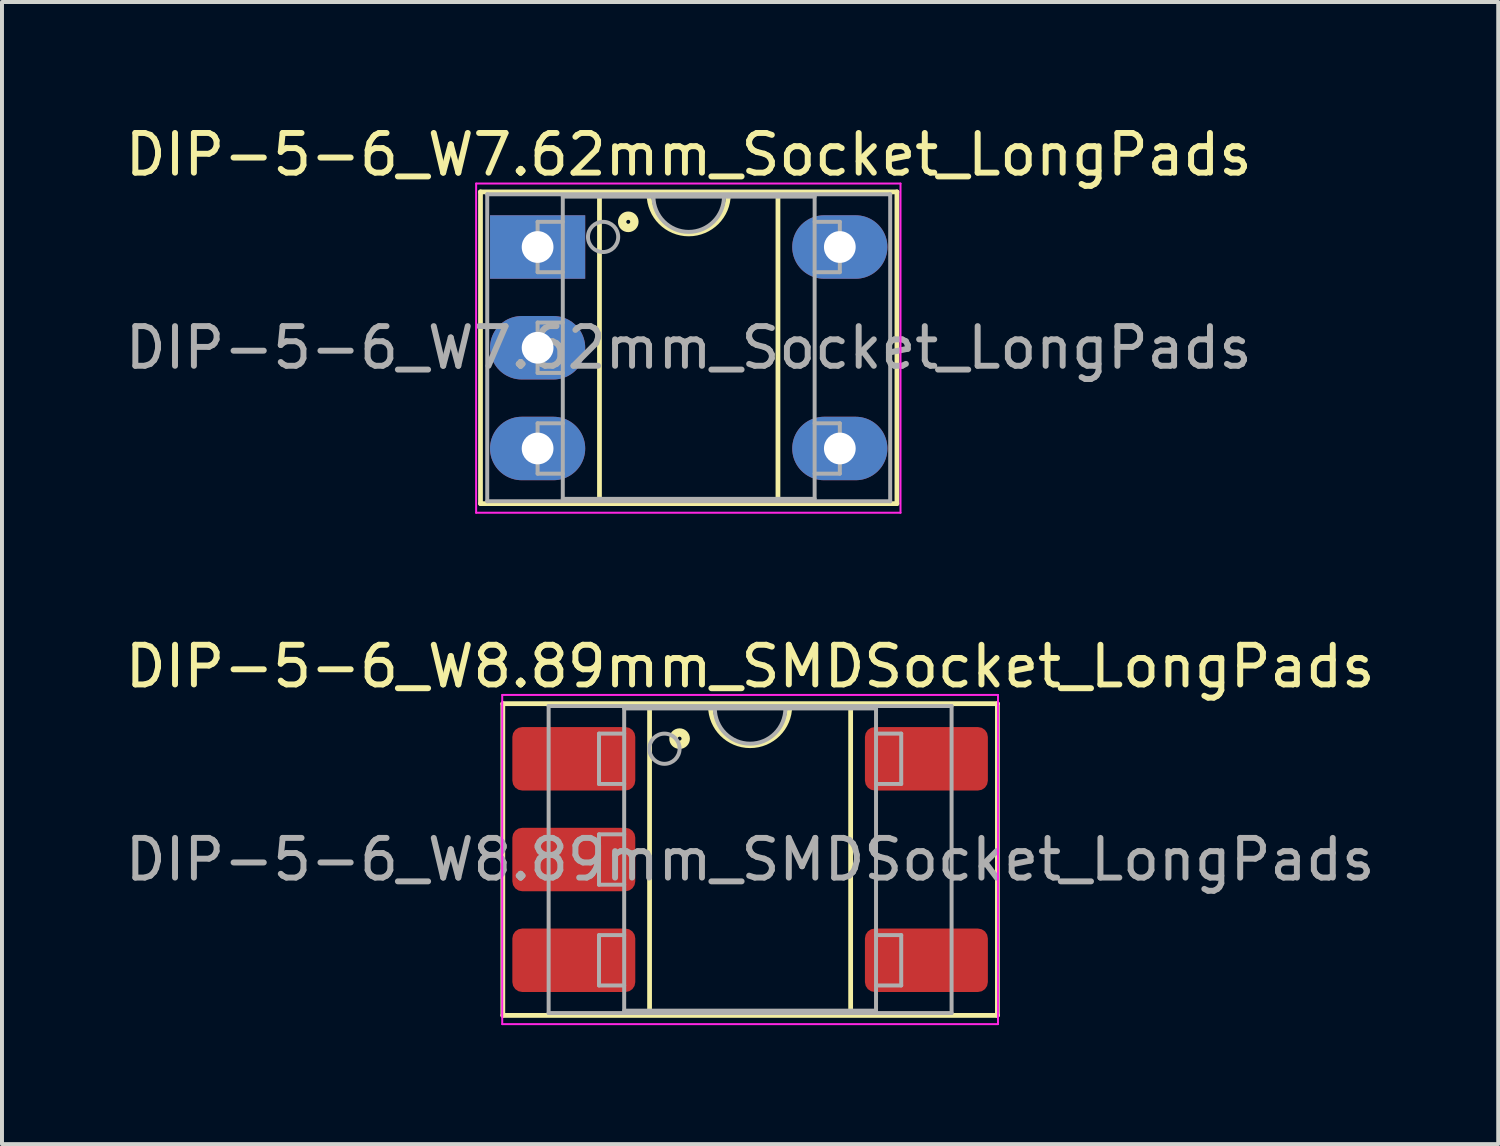
<source format=kicad_pcb>
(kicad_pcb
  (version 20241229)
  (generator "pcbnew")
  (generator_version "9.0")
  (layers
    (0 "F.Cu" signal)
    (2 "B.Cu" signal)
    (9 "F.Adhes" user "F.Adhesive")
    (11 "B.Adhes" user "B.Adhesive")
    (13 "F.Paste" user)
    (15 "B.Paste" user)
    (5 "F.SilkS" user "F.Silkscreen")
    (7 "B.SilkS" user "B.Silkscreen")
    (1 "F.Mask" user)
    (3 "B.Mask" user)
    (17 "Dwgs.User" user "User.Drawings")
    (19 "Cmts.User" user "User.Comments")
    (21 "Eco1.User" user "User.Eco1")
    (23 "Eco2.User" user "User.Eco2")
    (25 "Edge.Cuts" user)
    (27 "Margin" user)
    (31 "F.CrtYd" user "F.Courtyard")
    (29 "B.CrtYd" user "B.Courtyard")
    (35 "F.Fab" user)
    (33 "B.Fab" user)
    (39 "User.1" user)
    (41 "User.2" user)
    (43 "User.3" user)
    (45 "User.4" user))
  (footprint "DIP-5-6_W7.62mm_Socket_LongPads"
    (layer "F.Cu")
    (at 10.505 3.178)
    (property "Reference" "DIP-5-6_W7.62mm_Socket_LongPads" (at 3.81 -2.33 0) (layer "F.SilkS") (effects (font (size 1 1) (thickness 0.15))))
    (attr through_hole)
    (fp_line (start -1.44 -1.39) (end -1.44 6.47) (stroke (width 0.12) (type solid)) (layer "F.SilkS"))
    (fp_line (start -1.44 6.47) (end 9.06 6.47) (stroke (width 0.12) (type solid)) (layer "F.SilkS"))
    (fp_line (start 1.56 -1.33) (end 1.56 6.41) (stroke (width 0.12) (type solid)) (layer "F.SilkS"))
    (fp_line (start 1.56 6.41) (end 6.06 6.41) (stroke (width 0.12) (type solid)) (layer "F.SilkS"))
    (fp_line (start 2.81 -1.33) (end 1.56 -1.33) (stroke (width 0.12) (type solid)) (layer "F.SilkS"))
    (fp_line (start 6.06 -1.33) (end 4.81 -1.33) (stroke (width 0.12) (type solid)) (layer "F.SilkS"))
    (fp_line (start 6.06 6.41) (end 6.06 -1.33) (stroke (width 0.12) (type solid)) (layer "F.SilkS"))
    (fp_line (start 9.06 -1.39) (end -1.44 -1.39) (stroke (width 0.12) (type solid)) (layer "F.SilkS"))
    (fp_line (start 9.06 6.47) (end 9.06 -1.39) (stroke (width 0.12) (type solid)) (layer "F.SilkS"))
    (fp_arc (start 4.81 -1.33) (mid 3.81 -0.33) (end 2.81 -1.33) (stroke (width 0.12) (type solid)) (layer "F.SilkS"))
    (fp_circle (center 2.286 -0.635) (end 2.336 -0.635) (stroke (width 0.12) (type solid)) (fill no) (layer "F.SilkS"))
    (fp_circle (center 2.286 -0.635) (end 2.411 -0.635) (stroke (width 0.12) (type solid)) (fill no) (layer "F.SilkS"))
    (fp_circle (center 2.286 -0.635) (end 2.486 -0.635) (stroke (width 0.12) (type solid)) (fill no) (layer "F.SilkS"))
    (fp_line (start -1.55 -1.6) (end -1.55 6.7) (stroke (width 0.05) (type solid)) (layer "F.CrtYd"))
    (fp_line (start -1.55 6.7) (end 9.15 6.7) (stroke (width 0.05) (type solid)) (layer "F.CrtYd"))
    (fp_line (start 9.15 -1.6) (end -1.55 -1.6) (stroke (width 0.05) (type solid)) (layer "F.CrtYd"))
    (fp_line (start 9.15 6.7) (end 9.15 -1.6) (stroke (width 0.05) (type solid)) (layer "F.CrtYd"))
    (fp_line (start -1.27 -1.33) (end -1.27 6.41) (stroke (width 0.1) (type solid)) (layer "F.Fab"))
    (fp_line (start -1.27 6.41) (end 8.89 6.41) (stroke (width 0.1) (type solid)) (layer "F.Fab"))
    (fp_line (start 0 -0.635) (end 0 0.635) (stroke (width 0.1) (type solid)) (layer "F.Fab"))
    (fp_line (start 0 -0.635) (end 0.635 -0.635) (stroke (width 0.1) (type solid)) (layer "F.Fab"))
    (fp_line (start 0 0.635) (end 0.635 0.635) (stroke (width 0.1) (type solid)) (layer "F.Fab"))
    (fp_line (start 0 1.905) (end 0 3.175) (stroke (width 0.1) (type solid)) (layer "F.Fab"))
    (fp_line (start 0 1.905) (end 0.635 1.905) (stroke (width 0.1) (type solid)) (layer "F.Fab"))
    (fp_line (start 0 3.175) (end 0.635 3.175) (stroke (width 0.1) (type solid)) (layer "F.Fab"))
    (fp_line (start 0 4.445) (end 0 5.715) (stroke (width 0.1) (type solid)) (layer "F.Fab"))
    (fp_line (start 0 4.445) (end 0.635 4.445) (stroke (width 0.1) (type solid)) (layer "F.Fab"))
    (fp_line (start 0 5.715) (end 0.635 5.715) (stroke (width 0.1) (type solid)) (layer "F.Fab"))
    (fp_line (start 0.635 -1.27) (end 6.985 -1.27) (stroke (width 0.1) (type solid)) (layer "F.Fab"))
    (fp_line (start 0.635 6.35) (end 0.635 -1.27) (stroke (width 0.1) (type solid)) (layer "F.Fab"))
    (fp_line (start 6.985 -1.27) (end 6.985 6.35) (stroke (width 0.1) (type solid)) (layer "F.Fab"))
    (fp_line (start 6.985 6.35) (end 0.635 6.35) (stroke (width 0.1) (type solid)) (layer "F.Fab"))
    (fp_line (start 7.62 -0.635) (end 6.985 -0.635) (stroke (width 0.1) (type solid)) (layer "F.Fab"))
    (fp_line (start 7.62 0.635) (end 6.985 0.635) (stroke (width 0.1) (type solid)) (layer "F.Fab"))
    (fp_line (start 7.62 0.635) (end 7.62 -0.635) (stroke (width 0.1) (type solid)) (layer "F.Fab"))
    (fp_line (start 7.62 4.445) (end 6.985 4.445) (stroke (width 0.1) (type solid)) (layer "F.Fab"))
    (fp_line (start 7.62 5.715) (end 6.985 5.715) (stroke (width 0.1) (type solid)) (layer "F.Fab"))
    (fp_line (start 7.62 5.715) (end 7.62 4.445) (stroke (width 0.1) (type solid)) (layer "F.Fab"))
    (fp_line (start 8.89 -1.33) (end -1.27 -1.33) (stroke (width 0.1) (type solid)) (layer "F.Fab"))
    (fp_line (start 8.89 6.41) (end 8.89 -1.33) (stroke (width 0.1) (type solid)) (layer "F.Fab"))
    (fp_arc (start 4.699 -1.27) (mid 3.81 -0.381) (end 2.921 -1.27) (stroke (width 0.1) (type solid)) (layer "F.Fab"))
    (fp_circle (center 1.651 -0.254) (end 2.032 -0.254) (stroke (width 0.1) (type solid)) (fill no) (layer "F.Fab"))
    (fp_text user "${REFERENCE}" (at 3.81 2.54 0) (layer "F.Fab") (effects (font (size 1 1) (thickness 0.15))))
    (pad "1" thru_hole rect (at 0 0) (size 2.4 1.6) (drill 0.8) (layers "*.Cu" "*.Mask"))
    (pad "2" thru_hole oval (at 0 2.54) (size 2.4 1.6) (drill 0.8) (layers "*.Cu" "*.Mask"))
    (pad "3" thru_hole oval (at 0 5.08) (size 2.4 1.6) (drill 0.8) (layers "*.Cu" "*.Mask"))
    (pad "4" thru_hole oval (at 7.62 5.08) (size 2.4 1.6) (drill 0.8) (layers "*.Cu" "*.Mask"))
    (pad "6" thru_hole oval (at 7.62 0) (size 2.4 1.6) (drill 0.8) (layers "*.Cu" "*.Mask")))
  (footprint "DIP-5-6_W8.89mm_SMDSocket_LongPads"
    (layer "F.Cu")
    (at 15.863 18.622)
    (property "Reference" "DIP-5-6_W8.89mm_SMDSocket_LongPads" (at 0 -4.87 0) (layer "F.SilkS") (effects (font (size 1 1) (thickness 0.15))))
    (attr smd)
    (fp_line (start -6.235 -3.93) (end -6.235 3.93) (stroke (width 0.12) (type solid)) (layer "F.SilkS"))
    (fp_line (start -6.235 3.93) (end 6.235 3.93) (stroke (width 0.12) (type solid)) (layer "F.SilkS"))
    (fp_line (start -2.535 -3.87) (end -2.535 3.87) (stroke (width 0.12) (type solid)) (layer "F.SilkS"))
    (fp_line (start -2.535 3.87) (end 2.535 3.87) (stroke (width 0.12) (type solid)) (layer "F.SilkS"))
    (fp_line (start -1 -3.87) (end -2.535 -3.87) (stroke (width 0.12) (type solid)) (layer "F.SilkS"))
    (fp_line (start 2.535 -3.87) (end 1 -3.87) (stroke (width 0.12) (type solid)) (layer "F.SilkS"))
    (fp_line (start 2.535 3.87) (end 2.535 -3.87) (stroke (width 0.12) (type solid)) (layer "F.SilkS"))
    (fp_line (start 6.235 -3.93) (end -6.235 -3.93) (stroke (width 0.12) (type solid)) (layer "F.SilkS"))
    (fp_line (start 6.235 3.93) (end 6.235 -3.93) (stroke (width 0.12) (type solid)) (layer "F.SilkS"))
    (fp_arc (start 1 -3.87) (mid 0 -2.87) (end -1 -3.87) (stroke (width 0.12) (type solid)) (layer "F.SilkS"))
    (fp_circle (center -1.778 -3.048) (end -1.728 -3.048) (stroke (width 0.12) (type solid)) (fill no) (layer "F.SilkS"))
    (fp_circle (center -1.778 -3.048) (end -1.653 -3.048) (stroke (width 0.12) (type solid)) (fill no) (layer "F.SilkS"))
    (fp_circle (center -1.778 -3.048) (end -1.578 -3.048) (stroke (width 0.12) (type solid)) (fill no) (layer "F.SilkS"))
    (fp_line (start -6.25 -4.15) (end -6.25 4.15) (stroke (width 0.05) (type solid)) (layer "F.CrtYd"))
    (fp_line (start -6.25 4.15) (end 6.25 4.15) (stroke (width 0.05) (type solid)) (layer "F.CrtYd"))
    (fp_line (start 6.25 -4.15) (end -6.25 -4.15) (stroke (width 0.05) (type solid)) (layer "F.CrtYd"))
    (fp_line (start 6.25 4.15) (end 6.25 -4.15) (stroke (width 0.05) (type solid)) (layer "F.CrtYd"))
    (fp_line (start -5.08 -3.87) (end -5.08 3.87) (stroke (width 0.1) (type solid)) (layer "F.Fab"))
    (fp_line (start -5.08 3.87) (end 5.08 3.87) (stroke (width 0.1) (type solid)) (layer "F.Fab"))
    (fp_line (start -3.81 -3.175) (end -3.81 -1.905) (stroke (width 0.1) (type solid)) (layer "F.Fab"))
    (fp_line (start -3.81 -3.175) (end -3.175 -3.175) (stroke (width 0.1) (type solid)) (layer "F.Fab"))
    (fp_line (start -3.81 -1.905) (end -3.175 -1.905) (stroke (width 0.1) (type solid)) (layer "F.Fab"))
    (fp_line (start -3.81 -0.635) (end -3.81 0.635) (stroke (width 0.1) (type solid)) (layer "F.Fab"))
    (fp_line (start -3.81 -0.635) (end -3.175 -0.635) (stroke (width 0.1) (type solid)) (layer "F.Fab"))
    (fp_line (start -3.81 0.635) (end -3.175 0.635) (stroke (width 0.1) (type solid)) (layer "F.Fab"))
    (fp_line (start -3.81 1.905) (end -3.81 3.175) (stroke (width 0.1) (type solid)) (layer "F.Fab"))
    (fp_line (start -3.81 1.905) (end -3.175 1.905) (stroke (width 0.1) (type solid)) (layer "F.Fab"))
    (fp_line (start -3.81 3.175) (end -3.175 3.175) (stroke (width 0.1) (type solid)) (layer "F.Fab"))
    (fp_line (start -3.175 -3.81) (end 3.175 -3.81) (stroke (width 0.1) (type solid)) (layer "F.Fab"))
    (fp_line (start -3.175 3.81) (end -3.175 -3.81) (stroke (width 0.1) (type solid)) (layer "F.Fab"))
    (fp_line (start 3.175 -3.81) (end 3.175 3.81) (stroke (width 0.1) (type solid)) (layer "F.Fab"))
    (fp_line (start 3.175 3.81) (end -3.175 3.81) (stroke (width 0.1) (type solid)) (layer "F.Fab"))
    (fp_line (start 3.81 -3.175) (end 3.175 -3.175) (stroke (width 0.1) (type solid)) (layer "F.Fab"))
    (fp_line (start 3.81 -1.905) (end 3.175 -1.905) (stroke (width 0.1) (type solid)) (layer "F.Fab"))
    (fp_line (start 3.81 -1.905) (end 3.81 -3.175) (stroke (width 0.1) (type solid)) (layer "F.Fab"))
    (fp_line (start 3.81 1.905) (end 3.175 1.905) (stroke (width 0.1) (type solid)) (layer "F.Fab"))
    (fp_line (start 3.81 3.175) (end 3.175 3.175) (stroke (width 0.1) (type solid)) (layer "F.Fab"))
    (fp_line (start 3.81 3.175) (end 3.81 1.905) (stroke (width 0.1) (type solid)) (layer "F.Fab"))
    (fp_line (start 5.08 -3.87) (end -5.08 -3.87) (stroke (width 0.1) (type solid)) (layer "F.Fab"))
    (fp_line (start 5.08 3.87) (end 5.08 -3.87) (stroke (width 0.1) (type solid)) (layer "F.Fab"))
    (fp_arc (start 0.889 -3.81) (mid 0 -2.921) (end -0.889 -3.81) (stroke (width 0.1) (type solid)) (layer "F.Fab"))
    (fp_circle (center -2.159 -2.794) (end -1.778 -2.794) (stroke (width 0.1) (type solid)) (fill no) (layer "F.Fab"))
    (fp_text user "${REFERENCE}" (at 0 0 0) (layer "F.Fab") (effects (font (size 1 1) (thickness 0.15))))
    (pad "1" smd roundrect (at -4.445 -2.54) (size 3.1 1.6) (layers "F.Cu" "F.Mask" "F.Paste") (roundrect_rratio 0.156))
    (pad "2" smd roundrect (at -4.445 0) (size 3.1 1.6) (layers "F.Cu" "F.Mask" "F.Paste") (roundrect_rratio 0.156))
    (pad "3" smd roundrect (at -4.445 2.54) (size 3.1 1.6) (layers "F.Cu" "F.Mask" "F.Paste") (roundrect_rratio 0.156))
    (pad "4" smd roundrect (at 4.445 2.54) (size 3.1 1.6) (layers "F.Cu" "F.Mask" "F.Paste") (roundrect_rratio 0.156))
    (pad "6" smd roundrect (at 4.445 -2.54) (size 3.1 1.6) (layers "F.Cu" "F.Mask" "F.Paste") (roundrect_rratio 0.156)))
  (gr_rect
    (start -3 -3)
    (end 34.726 25.797)
    (stroke (width 0.1) (type default))
    (fill no)
    (layer "Edge.Cuts")))
</source>
